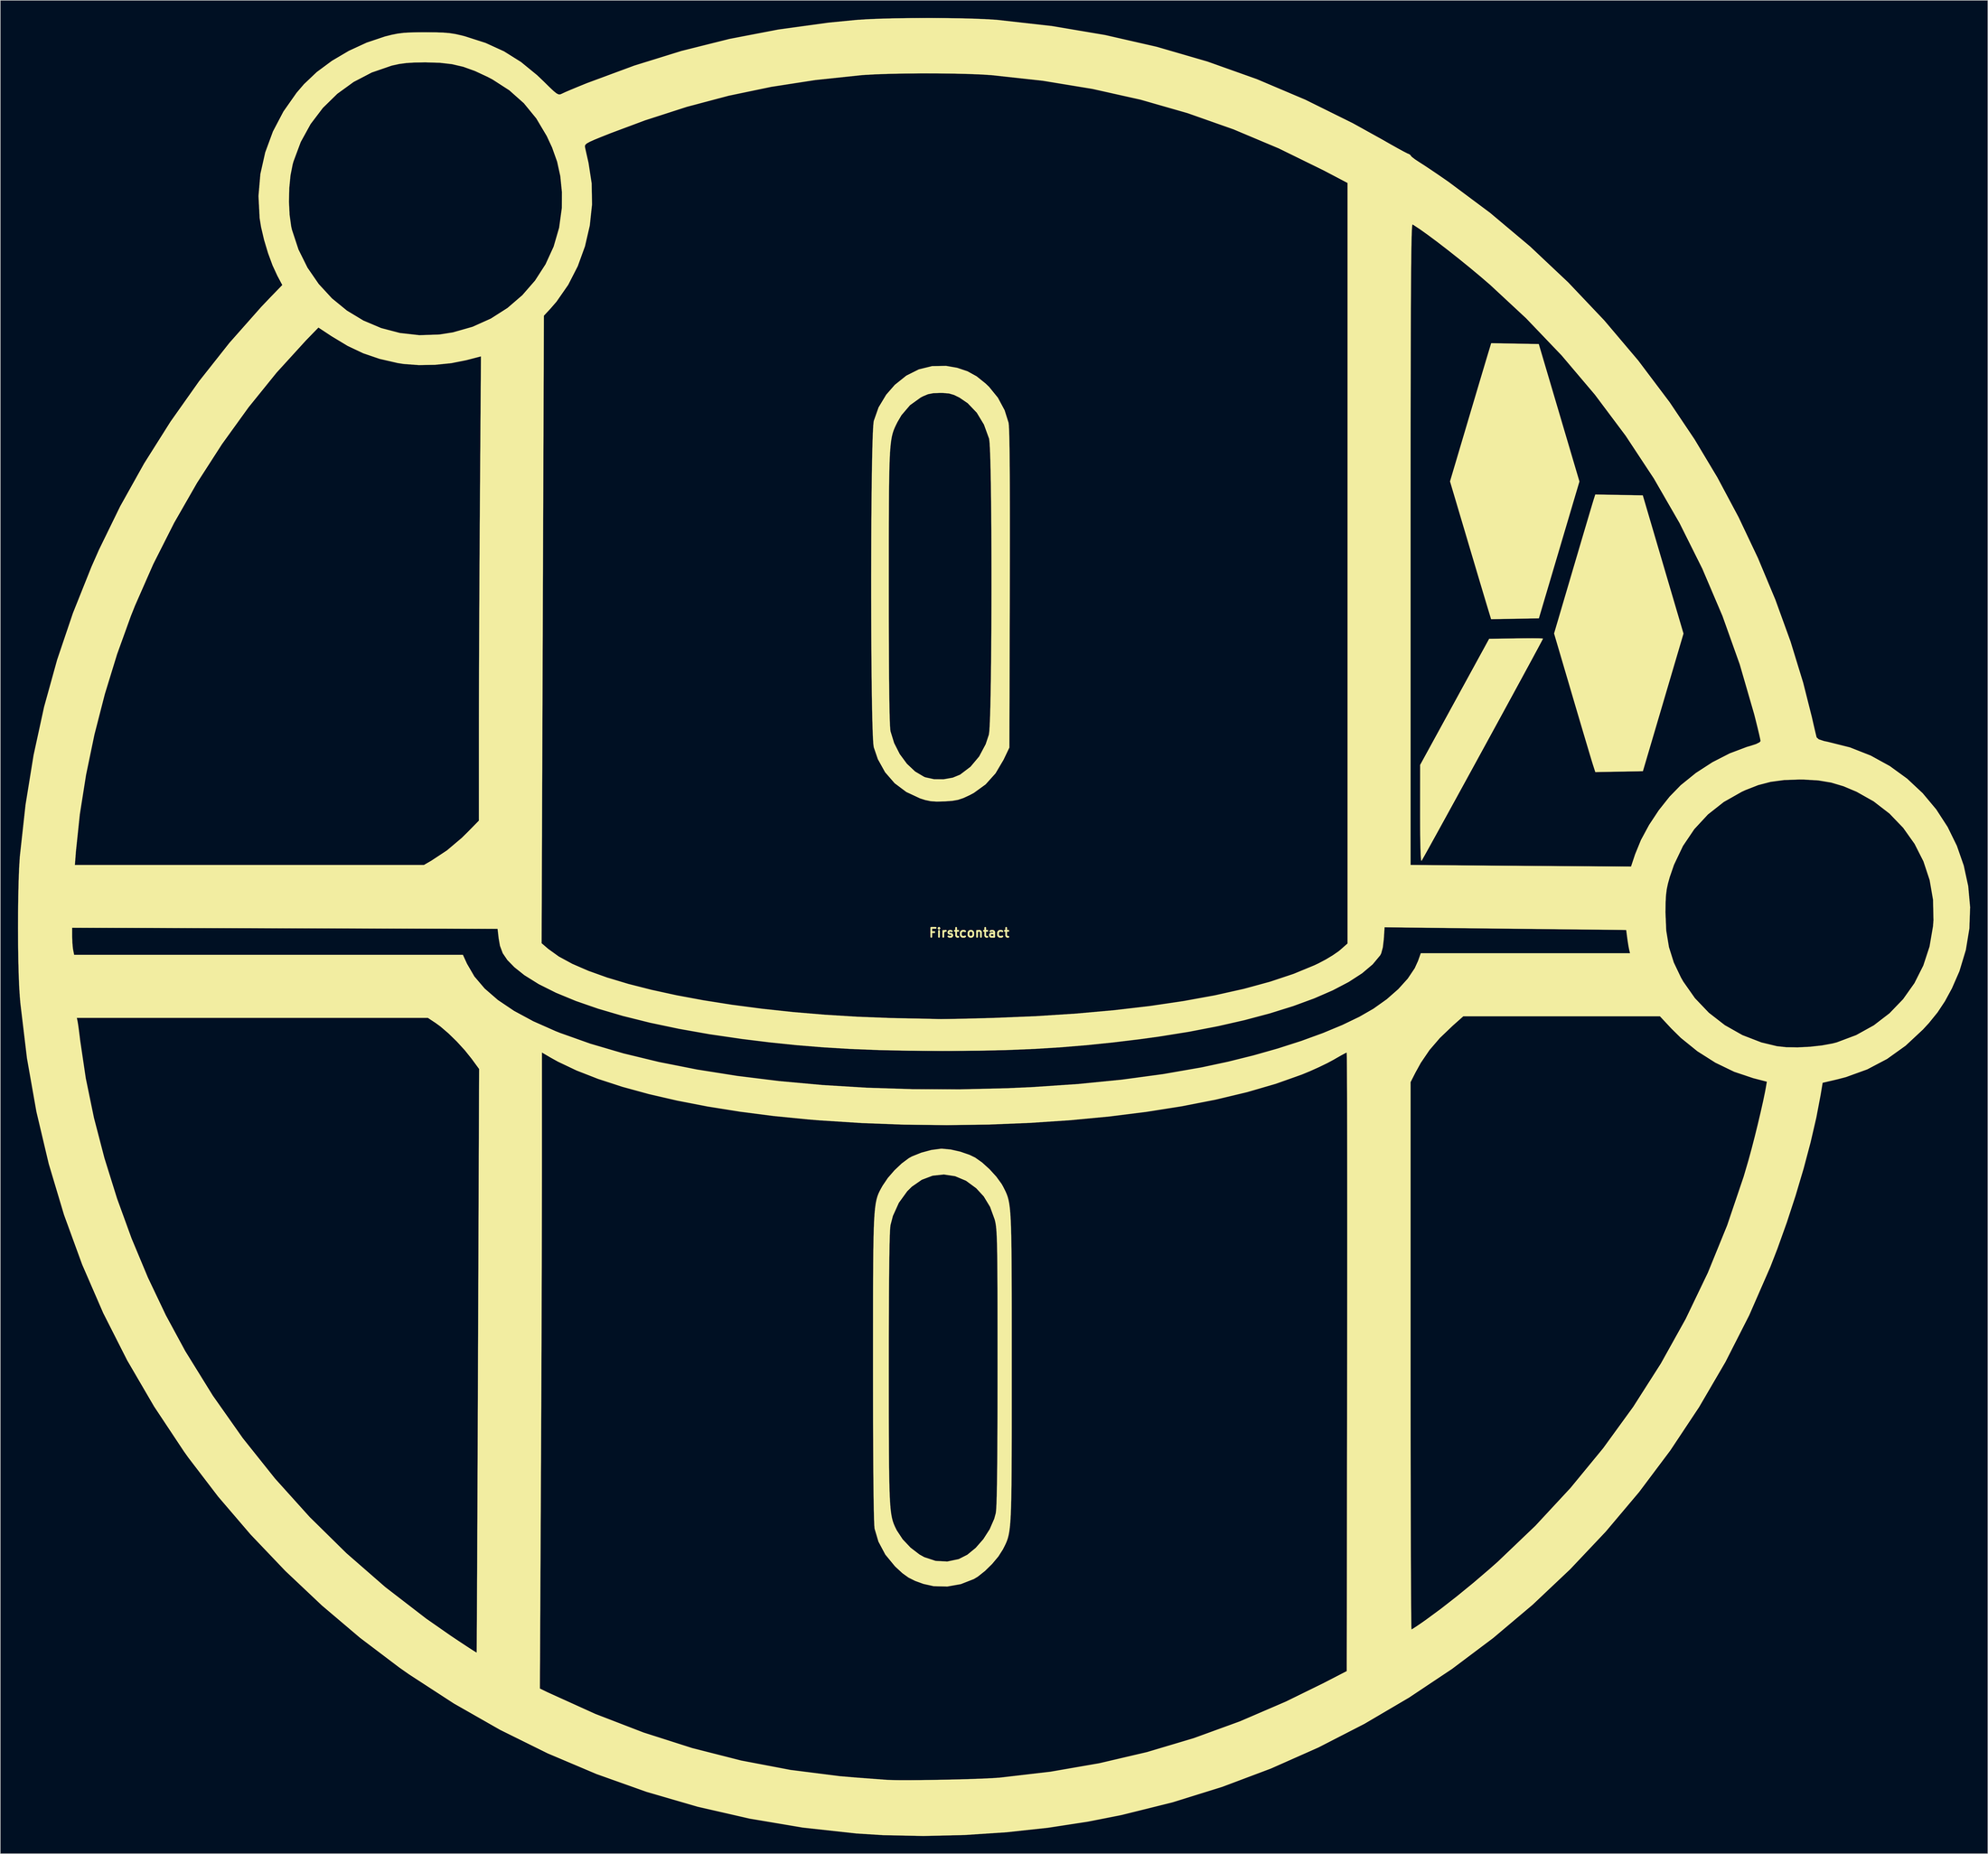
<source format=kicad_pcb>
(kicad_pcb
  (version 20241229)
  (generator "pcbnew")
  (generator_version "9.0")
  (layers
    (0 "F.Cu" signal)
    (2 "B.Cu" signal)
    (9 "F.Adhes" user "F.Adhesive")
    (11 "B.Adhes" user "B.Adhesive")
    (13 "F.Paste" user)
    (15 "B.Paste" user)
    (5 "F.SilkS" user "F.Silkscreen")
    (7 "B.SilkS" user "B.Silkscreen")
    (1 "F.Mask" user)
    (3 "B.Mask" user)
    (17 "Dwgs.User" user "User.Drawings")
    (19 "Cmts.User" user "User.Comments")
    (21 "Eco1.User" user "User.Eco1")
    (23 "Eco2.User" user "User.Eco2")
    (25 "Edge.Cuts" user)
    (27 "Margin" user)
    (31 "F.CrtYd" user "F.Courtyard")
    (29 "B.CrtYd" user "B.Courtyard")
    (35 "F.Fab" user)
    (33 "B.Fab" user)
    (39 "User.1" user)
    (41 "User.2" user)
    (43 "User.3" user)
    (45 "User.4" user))
  (footprint "Firstcontact"
    (layer "F.Cu")
    (at 161.319 155.174)
    (property "Reference" "Firstcontact" (at 0 0 0) (layer "F.SilkS") (effects (font (size 1.524 1.524) (thickness 0.3))))
    (attr through_hole)
    (fp_poly (pts (xy 96.603 -99.862) (xy 100.05 -88.204) (xy 103.496 -76.546) (xy 96.621 -53.34) (xy 92.571 -53.266) (xy 88.52 -53.193) (xy 87.849 -55.405) (xy 87.615 -56.18) (xy 87.252 -57.392) (xy 86.782 -58.965) (xy 86.228 -60.825) (xy 85.611 -62.896) (xy 84.955 -65.103) (xy 84.365 -67.09) (xy 81.552 -76.563) (xy 84.374 -86.073) (xy 85.047 -88.341) (xy 85.7 -90.538) (xy 86.311 -92.591) (xy 86.857 -94.424) (xy 87.316 -95.962) (xy 87.665 -97.129) (xy 87.866 -97.797) (xy 88.535 -100.01) (xy 96.603 -99.862)) (stroke (width 0.01) (type solid)) (fill yes) (layer "F.SilkS"))
    (fp_poly (pts (xy 110.218 -74.268) (xy 114.244 -74.195) (xy 117.694 -62.471) (xy 121.145 -50.747) (xy 117.703 -39.076) (xy 114.261 -27.405) (xy 106.193 -27.258) (xy 105.781 -28.535) (xy 105.616 -29.068) (xy 105.319 -30.052) (xy 104.909 -31.424) (xy 104.404 -33.12) (xy 103.823 -35.078) (xy 103.185 -37.234) (xy 102.509 -39.527) (xy 102.285 -40.289) (xy 99.201 -50.766) (xy 102.415 -61.678) (xy 103.108 -64.029) (xy 103.763 -66.247) (xy 104.362 -68.274) (xy 104.889 -70.051) (xy 105.326 -71.521) (xy 105.655 -72.624) (xy 105.86 -73.303) (xy 105.91 -73.466) (xy 106.191 -74.342) (xy 110.218 -74.268)) (stroke (width 0.01) (type solid)) (fill yes) (layer "F.SilkS"))
    (fp_poly (pts (xy 96.538 -49.95) (xy 97.157 -49.928) (xy 97.322 -49.901) (xy 97.197 -49.648) (xy 96.838 -48.969) (xy 96.269 -47.907) (xy 95.513 -46.506) (xy 94.593 -44.808) (xy 93.533 -42.856) (xy 92.357 -40.693) (xy 91.088 -38.363) (xy 89.749 -35.907) (xy 88.364 -33.37) (xy 86.956 -30.794) (xy 85.55 -28.222) (xy 84.168 -25.697) (xy 82.834 -23.262) (xy 81.571 -20.96) (xy 80.403 -18.834) (xy 79.353 -16.927) (xy 78.445 -15.282) (xy 77.703 -13.942) (xy 77.15 -12.95) (xy 76.809 -12.349) (xy 76.705 -12.179) (xy 76.642 -12.367) (xy 76.587 -13.041) (xy 76.542 -14.151) (xy 76.507 -15.65) (xy 76.485 -17.488) (xy 76.477 -19.616) (xy 76.477 -20.2) (xy 76.486 -28.475) (xy 82.337 -39.169) (xy 88.187 -49.864) (xy 92.755 -49.937) (xy 94.25 -49.955) (xy 95.54 -49.959) (xy 96.538 -49.95)) (stroke (width 0.01) (type solid)) (fill yes) (layer "F.SilkS"))
    (fp_poly (pts (xy -2.044 -95.832) (xy -0.286 -95.241) (xy 1.271 -94.382) (xy 2.794 -93.158) (xy 3.382 -92.592) (xy 4.872 -90.757) (xy 6.009 -88.638) (xy 6.682 -86.505) (xy 6.735 -85.98) (xy 6.781 -84.953) (xy 6.82 -83.419) (xy 6.852 -81.376) (xy 6.876 -78.82) (xy 6.893 -75.747) (xy 6.904 -72.154) (xy 6.906 -68.036) (xy 6.902 -63.391) (xy 6.891 -58.281) (xy 6.818 -31.416) (xy 5.826 -29.34) (xy 4.469 -27.043) (xy 2.789 -25.171) (xy 0.78 -23.715) (xy 0.103 -23.354) (xy -0.98 -22.854) (xy -1.891 -22.548) (xy -2.862 -22.378) (xy -4.125 -22.285) (xy -4.195 -22.282) (xy -5.511 -22.25) (xy -6.523 -22.318) (xy -7.454 -22.514) (xy -8.327 -22.793) (xy -10.653 -23.877) (xy -12.637 -25.364) (xy -14.257 -27.229) (xy -15.487 -29.445) (xy -16.178 -31.467) (xy -16.251 -32.02) (xy -16.318 -33.062) (xy -16.377 -34.547) (xy -16.431 -36.429) (xy -16.477 -38.662) (xy -16.518 -41.201) (xy -16.551 -44) (xy -16.578 -47.012) (xy -16.599 -50.193) (xy -16.613 -53.496) (xy -16.62 -56.876) (xy -16.62 -58.767) (xy -13.632 -58.767) (xy -13.63 -54.054) (xy -13.621 -49.866) (xy -13.606 -46.193) (xy -13.585 -43.025) (xy -13.557 -40.352) (xy -13.522 -38.166) (xy -13.48 -36.455) (xy -13.432 -35.211) (xy -13.376 -34.422) (xy -13.34 -34.169) (xy -12.726 -32.175) (xy -11.778 -30.31) (xy -10.569 -28.67) (xy -9.174 -27.355) (xy -7.666 -26.46) (xy -7.424 -26.364) (xy -5.971 -26.046) (xy -4.351 -26.032) (xy -2.779 -26.308) (xy -1.542 -26.815) (xy 0.229 -28.156) (xy 1.692 -29.899) (xy 2.802 -31.98) (xy 3.343 -33.603) (xy 3.417 -34.155) (xy 3.483 -35.193) (xy 3.543 -36.668) (xy 3.597 -38.532) (xy 3.643 -40.738) (xy 3.683 -43.236) (xy 3.717 -45.979) (xy 3.743 -48.919) (xy 3.763 -52.007) (xy 3.776 -55.196) (xy 3.783 -58.437) (xy 3.782 -61.681) (xy 3.774 -64.882) (xy 3.76 -67.99) (xy 3.739 -70.958) (xy 3.71 -73.738) (xy 3.675 -76.28) (xy 3.632 -78.538) (xy 3.582 -80.463) (xy 3.526 -82.006) (xy 3.462 -83.121) (xy 3.391 -83.757) (xy 3.377 -83.82) (xy 2.507 -86.206) (xy 1.292 -88.218) (xy -0.248 -89.829) (xy -1.643 -90.779) (xy -2.564 -91.232) (xy -3.395 -91.474) (xy -4.392 -91.563) (xy -4.946 -91.57) (xy -6.098 -91.528) (xy -6.972 -91.36) (xy -7.821 -91.007) (xy -8.236 -90.786) (xy -10.032 -89.495) (xy -11.483 -87.796) (xy -12.158 -86.642) (xy -12.406 -86.149) (xy -12.624 -85.686) (xy -12.815 -85.217) (xy -12.98 -84.706) (xy -13.121 -84.119) (xy -13.239 -83.418) (xy -13.338 -82.569) (xy -13.419 -81.537) (xy -13.483 -80.284) (xy -13.532 -78.777) (xy -13.569 -76.978) (xy -13.596 -74.854) (xy -13.613 -72.367) (xy -13.624 -69.483) (xy -13.629 -66.165) (xy -13.631 -62.378) (xy -13.632 -58.767) (xy -16.62 -58.767) (xy -16.621 -60.286) (xy -16.615 -63.681) (xy -16.603 -67.015) (xy -16.584 -70.242) (xy -16.558 -73.316) (xy -16.526 -76.192) (xy -16.488 -78.824) (xy -16.442 -81.165) (xy -16.391 -83.171) (xy -16.333 -84.795) (xy -16.268 -85.991) (xy -16.197 -86.714) (xy -16.176 -86.825) (xy -15.366 -89.119) (xy -14.071 -91.27) (xy -12.612 -92.939) (xy -10.663 -94.501) (xy -8.542 -95.564) (xy -6.281 -96.12) (xy -3.915 -96.159) (xy -2.044 -95.832)) (stroke (width 0.01) (type solid)) (fill yes) (layer "F.SilkS"))
    (fp_poly (pts (xy -3.131 36.769) (xy -1.496 37.14) (xy 0.062 37.676) (xy 1.016 38.139) (xy 2.203 38.979) (xy 3.447 40.108) (xy 4.594 41.364) (xy 5.489 42.589) (xy 5.747 43.044) (xy 5.983 43.508) (xy 6.192 43.935) (xy 6.376 44.36) (xy 6.537 44.815) (xy 6.676 45.333) (xy 6.794 45.949) (xy 6.894 46.695) (xy 6.977 47.604) (xy 7.045 48.71) (xy 7.098 50.046) (xy 7.14 51.646) (xy 7.17 53.541) (xy 7.192 55.766) (xy 7.206 58.355) (xy 7.214 61.339) (xy 7.218 64.753) (xy 7.219 68.629) (xy 7.219 73.001) (xy 7.219 73.794) (xy 7.219 78.253) (xy 7.218 82.211) (xy 7.215 85.7) (xy 7.208 88.755) (xy 7.195 91.408) (xy 7.175 93.692) (xy 7.146 95.642) (xy 7.106 97.29) (xy 7.054 98.669) (xy 6.989 99.813) (xy 6.908 100.756) (xy 6.809 101.529) (xy 6.693 102.168) (xy 6.556 102.704) (xy 6.397 103.171) (xy 6.215 103.603) (xy 6.007 104.033) (xy 5.773 104.493) (xy 5.72 104.598) (xy 4.96 105.791) (xy 3.898 107.061) (xy 2.684 108.254) (xy 1.469 109.218) (xy 0.79 109.628) (xy -1.419 110.49) (xy -3.726 110.898) (xy -6.014 110.842) (xy -7.754 110.455) (xy -9.165 109.945) (xy -10.286 109.382) (xy -11.309 108.647) (xy -12.429 107.618) (xy -12.607 107.441) (xy -14.219 105.48) (xy -15.386 103.287) (xy -16.037 101.094) (xy -16.086 100.556) (xy -16.131 99.496) (xy -16.171 97.93) (xy -16.206 95.871) (xy -16.237 93.333) (xy -16.261 90.331) (xy -16.281 86.878) (xy -16.295 82.989) (xy -16.303 78.677) (xy -16.306 74.043) (xy -13.632 74.043) (xy -13.631 78.233) (xy -13.628 81.924) (xy -13.621 85.152) (xy -13.609 87.952) (xy -13.59 90.359) (xy -13.561 92.41) (xy -13.522 94.139) (xy -13.471 95.584) (xy -13.405 96.778) (xy -13.324 97.759) (xy -13.224 98.56) (xy -13.105 99.219) (xy -12.965 99.771) (xy -12.801 100.251) (xy -12.613 100.695) (xy -12.398 101.138) (xy -12.275 101.379) (xy -11.284 102.883) (xy -9.947 104.301) (xy -8.441 105.459) (xy -7.62 105.917) (xy -5.692 106.553) (xy -3.716 106.658) (xy -1.767 106.247) (xy -0.309 105.506) (xy 1.109 104.343) (xy 2.402 102.865) (xy 3.479 101.184) (xy 4.254 99.409) (xy 4.516 98.445) (xy 4.576 97.924) (xy 4.629 96.959) (xy 4.674 95.539) (xy 4.714 93.654) (xy 4.746 91.294) (xy 4.772 88.448) (xy 4.791 85.105) (xy 4.804 81.255) (xy 4.811 76.889) (xy 4.813 73.708) (xy 4.812 69.621) (xy 4.81 66.033) (xy 4.806 62.909) (xy 4.798 60.213) (xy 4.787 57.909) (xy 4.772 55.962) (xy 4.752 54.337) (xy 4.726 52.997) (xy 4.694 51.907) (xy 4.654 51.032) (xy 4.607 50.336) (xy 4.551 49.784) (xy 4.486 49.339) (xy 4.411 48.967) (xy 4.326 48.631) (xy 4.323 48.622) (xy 3.548 46.496) (xy 2.473 44.725) (xy 1.202 43.341) (xy -0.532 42.067) (xy -2.388 41.289) (xy -4.301 41.003) (xy -6.205 41.207) (xy -8.036 41.898) (xy -9.729 43.073) (xy -10.511 43.849) (xy -11.928 45.808) (xy -12.936 48.032) (xy -13.348 49.611) (xy -13.409 50.223) (xy -13.462 51.368) (xy -13.508 53.044) (xy -13.546 55.25) (xy -13.578 57.984) (xy -13.602 61.244) (xy -13.619 65.029) (xy -13.629 69.336) (xy -13.632 74.043) (xy -16.306 74.043) (xy -16.306 73.956) (xy -16.306 73.69) (xy -16.305 69.225) (xy -16.303 65.261) (xy -16.299 61.766) (xy -16.29 58.705) (xy -16.275 56.047) (xy -16.251 53.757) (xy -16.218 51.803) (xy -16.174 50.151) (xy -16.116 48.767) (xy -16.042 47.62) (xy -15.952 46.675) (xy -15.844 45.9) (xy -15.714 45.261) (xy -15.563 44.724) (xy -15.388 44.258) (xy -15.186 43.828) (xy -14.958 43.401) (xy -14.7 42.944) (xy -14.666 42.885) (xy -13.795 41.597) (xy -12.669 40.297) (xy -11.431 39.127) (xy -10.222 38.228) (xy -9.712 37.944) (xy -8.117 37.305) (xy -6.42 36.85) (xy -4.864 36.64) (xy -4.584 36.633) (xy -3.131 36.769)) (stroke (width 0.01) (type solid)) (fill yes) (layer "F.SilkS"))
    (fp_poly (pts (xy -4.153 -155.154) (xy -1.436 -155.114) (xy 1.058 -155.047) (xy 3.223 -154.953) (xy 4.813 -154.845) (xy 14.041 -153.804) (xy 23.038 -152.283) (xy 31.819 -150.277) (xy 40.397 -147.783) (xy 48.787 -144.796) (xy 57.002 -141.311) (xy 65.056 -137.325) (xy 70.119 -134.517) (xy 71.478 -133.739) (xy 72.685 -133.063) (xy 73.66 -132.533) (xy 74.325 -132.192) (xy 74.598 -132.08) (xy 74.856 -131.904) (xy 74.863 -131.851) (xy 75.074 -131.605) (xy 75.628 -131.181) (xy 76.404 -130.67) (xy 76.415 -130.663) (xy 77.208 -130.155) (xy 78.307 -129.424) (xy 79.584 -128.558) (xy 80.91 -127.644) (xy 81.295 -127.375) (xy 88.342 -122.12) (xy 95.12 -116.423) (xy 101.593 -110.322) (xy 107.721 -103.859) (xy 113.466 -97.071) (xy 118.792 -90) (xy 123.029 -83.686) (xy 126.892 -77.233) (xy 130.487 -70.492) (xy 133.777 -63.551) (xy 136.725 -56.497) (xy 139.293 -49.42) (xy 141.445 -42.407) (xy 142.904 -36.629) (xy 143.189 -35.381) (xy 143.441 -34.299) (xy 143.63 -33.505) (xy 143.726 -33.132) (xy 144.093 -32.808) (xy 144.991 -32.515) (xy 145.603 -32.387) (xy 149.38 -31.438) (xy 152.898 -30.053) (xy 156.139 -28.272) (xy 159.084 -26.131) (xy 161.712 -23.67) (xy 164.005 -20.928) (xy 165.942 -17.943) (xy 167.506 -14.752) (xy 168.676 -11.396) (xy 169.432 -7.912) (xy 169.756 -4.339) (xy 169.628 -0.716) (xy 169.029 2.92) (xy 167.939 6.529) (xy 166.669 9.434) (xy 165.483 11.617) (xy 164.237 13.5) (xy 162.776 15.304) (xy 161.758 16.411) (xy 158.82 19.15) (xy 155.681 21.398) (xy 152.317 23.17) (xy 148.704 24.48) (xy 147.142 24.887) (xy 144.743 25.447) (xy 144.404 27.496) (xy 143.672 31.349) (xy 142.699 35.55) (xy 141.521 39.988) (xy 140.167 44.55) (xy 138.673 49.125) (xy 137.07 53.599) (xy 135.873 56.682) (xy 132.289 64.886) (xy 128.253 72.821) (xy 123.784 80.474) (xy 118.9 87.828) (xy 113.618 94.871) (xy 107.957 101.586) (xy 101.935 107.959) (xy 95.57 113.976) (xy 88.879 119.622) (xy 81.882 124.881) (xy 74.596 129.74) (xy 67.04 134.184) (xy 59.23 138.197) (xy 51.186 141.766) (xy 42.926 144.875) (xy 34.467 147.51) (xy 25.828 149.657) (xy 20.133 150.781) (xy 13.316 151.825) (xy 6.304 152.584) (xy -0.77 153.049) (xy -7.772 153.214) (xy -14.57 153.072) (xy -19.117 152.788) (xy -28.236 151.786) (xy -37.218 150.272) (xy -46.048 148.251) (xy -54.711 145.73) (xy -63.192 142.712) (xy -71.476 139.204) (xy -79.549 135.21) (xy -87.396 130.737) (xy -91.292 128.203) (xy -72.807 128.203) (xy -71.496 128.843) (xy -63.409 132.51) (xy -55.234 135.664) (xy -46.985 138.301) (xy -38.677 140.417) (xy -30.325 142.008) (xy -21.943 143.07) (xy -19.251 143.297) (xy -17.736 143.41) (xy -16.293 143.518) (xy -15.063 143.609) (xy -14.187 143.675) (xy -14.037 143.686) (xy -13.128 143.725) (xy -11.776 143.744) (xy -10.075 143.745) (xy -8.116 143.731) (xy -5.992 143.702) (xy -3.794 143.66) (xy -1.616 143.608) (xy 0.451 143.547) (xy 2.315 143.479) (xy 3.883 143.405) (xy 5.063 143.327) (xy 5.214 143.314) (xy 13.772 142.316) (xy 22.066 140.878) (xy 30.151 138.986) (xy 38.081 136.622) (xy 45.913 133.772) (xy 53.7 130.42) (xy 60.024 127.318) (xy 64.035 125.246) (xy 64.102 72.783) (xy 64.108 67.528) (xy 64.113 62.417) (xy 64.116 57.477) (xy 64.117 52.732) (xy 64.117 48.208) (xy 64.115 43.93) (xy 64.112 39.925) (xy 64.108 36.217) (xy 64.102 32.833) (xy 64.095 29.797) (xy 64.087 27.136) (xy 64.079 25.332) (xy 74.863 25.332) (xy 74.863 71.755) (xy 74.864 76.694) (xy 74.867 81.487) (xy 74.871 86.107) (xy 74.876 90.526) (xy 74.883 94.719) (xy 74.891 98.656) (xy 74.901 102.312) (xy 74.912 105.658) (xy 74.923 108.669) (xy 74.936 111.316) (xy 74.949 113.573) (xy 74.964 115.412) (xy 74.979 116.806) (xy 74.994 117.728) (xy 75.01 118.151) (xy 75.015 118.177) (xy 75.283 118.031) (xy 75.887 117.638) (xy 76.732 117.061) (xy 77.488 116.53) (xy 79.989 114.688) (xy 82.714 112.562) (xy 85.526 110.262) (xy 88.289 107.898) (xy 89.675 106.669) (xy 96.029 100.596) (xy 101.981 94.183) (xy 107.519 87.447) (xy 112.629 80.409) (xy 117.301 73.088) (xy 121.521 65.505) (xy 125.279 57.677) (xy 128.56 49.626) (xy 131.354 41.37) (xy 132.196 38.501) (xy 132.699 36.657) (xy 133.227 34.612) (xy 133.75 32.494) (xy 134.238 30.43) (xy 134.661 28.547) (xy 134.987 26.972) (xy 135.129 26.2) (xy 135.288 25.262) (xy 132.976 24.664) (xy 129.754 23.584) (xy 126.562 22.041) (xy 123.508 20.102) (xy 120.702 17.834) (xy 119.071 16.223) (xy 117.158 14.171) (xy 83.799 14.171) (xy 81.987 15.78) (xy 79.825 17.851) (xy 78.065 19.899) (xy 76.597 22.061) (xy 75.686 23.713) (xy 74.863 25.332) (xy 64.079 25.332) (xy 64.078 24.875) (xy 64.067 23.039) (xy 64.055 21.654) (xy 64.042 20.746) (xy 64.028 20.34) (xy 64.024 20.32) (xy 63.744 20.446) (xy 63.116 20.785) (xy 62.255 21.274) (xy 61.818 21.528) (xy 60.734 22.11) (xy 59.333 22.789) (xy 57.802 23.477) (xy 56.415 24.051) (xy 51.994 25.621) (xy 47.101 27.043) (xy 41.781 28.313) (xy 36.075 29.428) (xy 30.029 30.384) (xy 23.684 31.177) (xy 17.085 31.802) (xy 10.275 32.255) (xy 3.298 32.534) (xy -3.804 32.633) (xy -10.986 32.55) (xy -18.205 32.279) (xy -25.418 31.817) (xy -27.272 31.666) (xy -33.181 31.081) (xy -38.881 30.348) (xy -44.334 29.477) (xy -49.503 28.477) (xy -54.35 27.357) (xy -58.835 26.127) (xy -62.922 24.795) (xy -66.573 23.37) (xy -69.749 21.862) (xy -71.053 21.136) (xy -72.457 20.309) (xy -72.457 38.986) (xy -72.458 41.702) (xy -72.463 44.896) (xy -72.47 48.509) (xy -72.479 52.484) (xy -72.491 56.764) (xy -72.504 61.291) (xy -72.52 66.008) (xy -72.537 70.857) (xy -72.556 75.78) (xy -72.576 80.721) (xy -72.597 85.621) (xy -72.62 90.423) (xy -72.632 92.933) (xy -72.807 128.203) (xy -91.292 128.203) (xy -95.002 125.79) (xy -96.654 124.63) (xy -103.303 119.597) (xy -109.765 114.117) (xy -115.972 108.255) (xy -121.862 102.077) (xy -127.368 95.646) (xy -132.427 89.028) (xy -133.184 87.964) (xy -138.237 80.348) (xy -142.796 72.529) (xy -146.861 64.506) (xy -150.432 56.278) (xy -153.51 47.845) (xy -156.096 39.204) (xy -158.19 30.354) (xy -159.791 21.295) (xy -160.613 14.438) (xy -151.341 14.438) (xy -151.212 15.039) (xy -151.125 15.563) (xy -151 16.464) (xy -150.857 17.588) (xy -150.787 18.181) (xy -149.821 24.694) (xy -148.435 31.408) (xy -146.658 38.233) (xy -144.52 45.083) (xy -142.051 51.868) (xy -139.28 58.501) (xy -136.238 64.893) (xy -132.954 70.957) (xy -132.941 70.98) (xy -128.277 78.516) (xy -123.198 85.727) (xy -117.718 92.596) (xy -111.854 99.108) (xy -105.619 105.247) (xy -99.028 110.996) (xy -92.097 116.339) (xy -87.899 119.266) (xy -86.566 120.156) (xy -85.395 120.93) (xy -84.455 121.543) (xy -83.813 121.951) (xy -83.537 122.11) (xy -83.532 122.11) (xy -83.527 121.841) (xy -83.519 121.064) (xy -83.51 119.805) (xy -83.5 118.09) (xy -83.488 115.945) (xy -83.474 113.398) (xy -83.46 110.474) (xy -83.444 107.2) (xy -83.428 103.602) (xy -83.41 99.707) (xy -83.392 95.54) (xy -83.374 91.129) (xy -83.355 86.499) (xy -83.335 81.677) (xy -83.316 76.689) (xy -83.3 72.58) (xy -83.112 23.106) (xy -84.377 21.379) (xy -85.532 19.936) (xy -86.89 18.451) (xy -88.318 17.059) (xy -89.681 15.892) (xy -90.483 15.307) (xy -91.799 14.438) (xy -151.341 14.438) (xy -160.613 14.438) (xy -160.902 12.025) (xy -160.996 10.962) (xy -161.109 9.263) (xy -161.197 7.134) (xy -161.261 4.682) (xy -161.3 2.011) (xy -161.314 -0.773) (xy -161.314 -0.849) (xy -152.133 -0.849) (xy -152.133 0.612) (xy -152.101 1.619) (xy -152.021 2.546) (xy -151.966 2.908) (xy -151.798 3.743) (xy -85.864 3.743) (xy -85.165 5.27) (xy -83.914 7.42) (xy -82.173 9.463) (xy -79.934 11.406) (xy -77.191 13.253) (xy -73.935 15.012) (xy -70.159 16.687) (xy -69.381 16.997) (xy -64.231 18.827) (xy -58.616 20.475) (xy -52.575 21.936) (xy -46.145 23.206) (xy -39.367 24.281) (xy -32.278 25.156) (xy -24.918 25.826) (xy -17.325 26.287) (xy -9.538 26.535) (xy -1.597 26.565) (xy 6.461 26.373) (xy 10.695 26.183) (xy 18.45 25.662) (xy 25.869 24.924) (xy 32.899 23.976) (xy 39.437 22.834) (xy 43.87 21.884) (xy 48.203 20.808) (xy 52.372 19.625) (xy 56.316 18.357) (xy 59.974 17.025) (xy 63.281 15.651) (xy 66.178 14.256) (xy 68.554 12.891) (xy 70.817 11.284) (xy 72.779 9.561) (xy 74.382 7.786) (xy 75.566 6.021) (xy 76.128 4.785) (xy 76.593 3.476) (xy 112.085 3.476) (xy 111.938 2.874) (xy 111.816 2.257) (xy 111.676 1.371) (xy 111.611 0.901) (xy 111.432 -0.471) (xy 94.284 -0.66) (xy 91.192 -0.694) (xy 88.173 -0.728) (xy 85.283 -0.76) (xy 82.58 -0.791) (xy 80.12 -0.819) (xy 77.961 -0.843) (xy 76.16 -0.864) (xy 74.773 -0.88) (xy 73.858 -0.892) (xy 73.794 -0.892) (xy 70.452 -0.936) (xy 70.318 1.083) (xy 70.153 2.476) (xy 69.88 3.491) (xy 69.715 3.816) (xy 68.433 5.357) (xy 66.643 6.869) (xy 64.372 8.342) (xy 61.648 9.768) (xy 58.497 11.136) (xy 54.947 12.438) (xy 51.024 13.664) (xy 46.755 14.805) (xy 42.166 15.85) (xy 37.286 16.792) (xy 32.141 17.619) (xy 29.02 18.047) (xy 24.347 18.611) (xy 19.882 19.071) (xy 15.506 19.433) (xy 11.101 19.704) (xy 6.547 19.893) (xy 1.725 20.005) (xy -3.484 20.048) (xy -4.642 20.049) (xy -10.192 20.012) (xy -15.323 19.901) (xy -20.148 19.71) (xy -24.778 19.431) (xy -29.324 19.059) (xy -33.9 18.585) (xy -38.501 18.02) (xy -44.02 17.214) (xy -49.249 16.288) (xy -54.161 15.251) (xy -58.73 14.112) (xy -62.926 12.88) (xy -66.723 11.563) (xy -70.093 10.169) (xy -73.009 8.708) (xy -75.443 7.188) (xy -77.13 5.841) (xy -78.315 4.63) (xy -79.1 3.474) (xy -79.573 2.21) (xy -79.649 1.779) (xy -72.516 1.779) (xy -71.383 2.749) (xy -69.6 4.033) (xy -67.316 5.275) (xy -64.568 6.467) (xy -61.388 7.604) (xy -57.81 8.679) (xy -53.868 9.684) (xy -49.597 10.615) (xy -45.031 11.463) (xy -40.203 12.223) (xy -35.147 12.887) (xy -29.898 13.45) (xy -24.489 13.904) (xy -18.954 14.244) (xy -13.328 14.462) (xy -10.561 14.522) (xy -9.039 14.549) (xy -7.605 14.578) (xy -6.394 14.607) (xy -5.537 14.632) (xy -5.347 14.639) (xy -4.784 14.644) (xy -3.762 14.633) (xy -2.358 14.609) (xy -0.65 14.572) (xy 1.287 14.523) (xy 3.377 14.466) (xy 4.278 14.44) (xy 11.337 14.151) (xy 18.099 13.717) (xy 24.54 13.142) (xy 30.634 12.43) (xy 36.357 11.586) (xy 41.685 10.613) (xy 46.593 9.516) (xy 51.056 8.298) (xy 55.049 6.965) (xy 58.549 5.519) (xy 59.265 5.18) (xy 60.478 4.539) (xy 61.658 3.829) (xy 62.621 3.166) (xy 62.941 2.906) (xy 64.168 1.826) (xy 64.168 -3.476) (xy 118.084 -3.476) (xy 118.218 -0.363) (xy 118.678 2.433) (xy 119.499 5.042) (xy 120.714 7.594) (xy 121.112 8.288) (xy 123.089 11.103) (xy 125.454 13.578) (xy 128.156 15.678) (xy 131.143 17.367) (xy 134.364 18.61) (xy 136.998 19.245) (xy 138.588 19.416) (xy 140.508 19.444) (xy 142.576 19.341) (xy 144.609 19.117) (xy 146.425 18.785) (xy 147.135 18.6) (xy 150.429 17.365) (xy 153.423 15.707) (xy 156.088 13.661) (xy 158.396 11.264) (xy 160.316 8.554) (xy 161.821 5.566) (xy 162.881 2.338) (xy 163.467 -1.095) (xy 163.545 -2.139) (xy 163.472 -5.599) (xy 162.896 -8.939) (xy 161.843 -12.114) (xy 160.339 -15.081) (xy 158.411 -17.796) (xy 156.085 -20.216) (xy 153.388 -22.296) (xy 150.505 -23.918) (xy 148.31 -24.845) (xy 146.203 -25.474) (xy 144.003 -25.842) (xy 141.529 -25.989) (xy 140.769 -25.996) (xy 138.187 -25.903) (xy 135.929 -25.6) (xy 133.815 -25.048) (xy 131.663 -24.208) (xy 131.034 -23.918) (xy 127.981 -22.189) (xy 125.294 -20.072) (xy 122.982 -17.58) (xy 121.058 -14.728) (xy 119.533 -11.528) (xy 118.811 -9.437) (xy 118.506 -8.344) (xy 118.3 -7.367) (xy 118.174 -6.343) (xy 118.109 -5.112) (xy 118.084 -3.512) (xy 118.084 -3.476) (xy 64.168 -3.476) (xy 64.168 -65.926) (xy 74.863 -65.926) (xy 74.863 -11.504) (xy 83.486 -11.43) (xy 85.946 -11.409) (xy 88.791 -11.387) (xy 91.875 -11.364) (xy 95.047 -11.341) (xy 98.16 -11.319) (xy 101.065 -11.3) (xy 102.18 -11.292) (xy 112.251 -11.229) (xy 112.946 -13.316) (xy 113.942 -15.75) (xy 115.313 -18.288) (xy 116.959 -20.78) (xy 118.782 -23.077) (xy 120.685 -25.032) (xy 120.686 -25.033) (xy 123.25 -27.106) (xy 126.065 -28.931) (xy 128.995 -30.43) (xy 131.9 -31.525) (xy 132.521 -31.704) (xy 133.458 -32.009) (xy 134.055 -32.311) (xy 134.219 -32.519) (xy 134.155 -32.888) (xy 133.978 -33.679) (xy 133.711 -34.795) (xy 133.376 -36.142) (xy 133.135 -37.092) (xy 130.697 -45.504) (xy 127.765 -53.727) (xy 124.351 -61.738) (xy 120.468 -69.519) (xy 116.128 -77.048) (xy 111.343 -84.305) (xy 106.127 -91.27) (xy 100.491 -97.922) (xy 94.449 -104.242) (xy 88.365 -109.898) (xy 86.706 -111.326) (xy 84.906 -112.827) (xy 83.039 -114.341) (xy 81.182 -115.809) (xy 79.411 -117.174) (xy 77.8 -118.375) (xy 76.426 -119.354) (xy 75.364 -120.052) (xy 75.197 -120.152) (xy 75.157 -120.082) (xy 75.12 -119.812) (xy 75.086 -119.323) (xy 75.055 -118.597) (xy 75.026 -117.615) (xy 75.001 -116.359) (xy 74.978 -114.81) (xy 74.957 -112.95) (xy 74.939 -110.76) (xy 74.923 -108.222) (xy 74.91 -105.317) (xy 74.898 -102.027) (xy 74.888 -98.334) (xy 74.88 -94.219) (xy 74.874 -89.664) (xy 74.869 -84.649) (xy 74.866 -79.158) (xy 74.864 -73.17) (xy 74.863 -66.668) (xy 74.863 -65.926) (xy 64.168 -65.926) (xy 64.168 -127.19) (xy 60.091 -129.333) (xy 52.508 -133.052) (xy 44.838 -136.281) (xy 37.041 -139.031) (xy 29.074 -141.315) (xy 20.899 -143.143) (xy 12.473 -144.528) (xy 3.877 -145.471) (xy 2.089 -145.587) (xy -0.118 -145.675) (xy -2.632 -145.735) (xy -5.338 -145.767) (xy -8.122 -145.772) (xy -10.87 -145.749) (xy -13.468 -145.698) (xy -15.802 -145.619) (xy -17.759 -145.512) (xy -18.315 -145.47) (xy -26.103 -144.647) (xy -33.558 -143.494) (xy -40.785 -141.987) (xy -47.89 -140.101) (xy -54.978 -137.811) (xy -60.784 -135.643) (xy -62.38 -135.009) (xy -63.543 -134.533) (xy -64.339 -134.177) (xy -64.832 -133.905) (xy -65.087 -133.679) (xy -65.171 -133.463) (xy -65.149 -133.218) (xy -65.139 -133.172) (xy -65.005 -132.563) (xy -64.796 -131.636) (xy -64.563 -130.609) (xy -64.026 -127.126) (xy -63.96 -123.552) (xy -64.345 -119.967) (xy -65.16 -116.447) (xy -66.385 -113.071) (xy -68 -109.916) (xy -69.984 -107.061) (xy -71.007 -105.878) (xy -72.124 -104.675) (xy -72.516 1.779) (xy -79.649 1.779) (xy -79.796 0.936) (xy -79.98 -0.668) (xy -152.133 -0.849) (xy -161.314 -0.849) (xy -161.304 -3.566) (xy -161.269 -6.262) (xy -161.21 -8.756) (xy -161.126 -10.944) (xy -161.093 -11.497) (xy -151.671 -11.497) (xy -92.471 -11.497) (xy -91.22 -12.219) (xy -88.563 -13.97) (xy -86.059 -16.086) (xy -85.09 -17.039) (xy -83.152 -19.016) (xy -83.151 -33.772) (xy -83.149 -36.372) (xy -83.143 -39.433) (xy -83.133 -42.881) (xy -83.119 -46.642) (xy -83.103 -50.642) (xy -83.083 -54.807) (xy -83.061 -59.063) (xy -83.038 -63.337) (xy -83.012 -67.555) (xy -82.985 -71.641) (xy -82.974 -73.151) (xy -82.797 -97.775) (xy -85.314 -97.121) (xy -87.827 -96.621) (xy -90.566 -96.343) (xy -93.326 -96.294) (xy -95.906 -96.483) (xy -96.921 -96.641) (xy -99.989 -97.349) (xy -102.761 -98.295) (xy -105.422 -99.556) (xy -108.157 -101.206) (xy -108.188 -101.226) (xy -110.364 -102.664) (xy -112.502 -100.461) (xy -117.455 -95.024) (xy -122.208 -89.143) (xy -126.72 -82.887) (xy -130.947 -76.324) (xy -134.845 -69.521) (xy -138.371 -62.546) (xy -141.483 -55.468) (xy -142.171 -53.741) (xy -144.52 -47.235) (xy -146.588 -40.5) (xy -148.348 -33.652) (xy -149.773 -26.803) (xy -150.836 -20.07) (xy -151.491 -13.836) (xy -151.671 -11.497) (xy -161.093 -11.497) (xy -161.018 -12.72) (xy -160.998 -12.967) (xy -160.036 -21.7) (xy -158.671 -30.128) (xy -156.888 -38.315) (xy -154.668 -46.326) (xy -151.996 -54.227) (xy -148.855 -62.083) (xy -147.583 -64.964) (xy -143.985 -72.336) (xy -139.923 -79.607) (xy -135.448 -86.701) (xy -130.611 -93.543) (xy -125.462 -100.058) (xy -120.054 -106.17) (xy -118.619 -107.676) (xy -116.491 -109.875) (xy -117.327 -111.444) (xy -118.136 -113.195) (xy -118.905 -115.284) (xy -119.575 -117.519) (xy -120.087 -119.704) (xy -120.333 -121.218) (xy -120.479 -124.012) (xy -115.366 -124.012) (xy -115.257 -121.788) (xy -114.986 -119.821) (xy -114.856 -119.246) (xy -113.748 -115.888) (xy -112.221 -112.812) (xy -110.315 -110.044) (xy -108.072 -107.61) (xy -105.533 -105.535) (xy -102.738 -103.847) (xy -99.729 -102.572) (xy -96.548 -101.735) (xy -93.234 -101.363) (xy -89.828 -101.481) (xy -87.563 -101.839) (xy -84.21 -102.793) (xy -81.108 -104.189) (xy -78.29 -105.988) (xy -75.785 -108.147) (xy -73.627 -110.627) (xy -71.846 -113.388) (xy -70.473 -116.388) (xy -69.541 -119.588) (xy -69.08 -122.947) (xy -69.069 -125.663) (xy -69.34 -128.353) (xy -69.878 -130.802) (xy -70.739 -133.218) (xy -71.642 -135.155) (xy -73.416 -138.14) (xy -75.522 -140.714) (xy -77.99 -142.907) (xy -80.853 -144.753) (xy -81.681 -145.187) (xy -83.833 -146.187) (xy -85.783 -146.89) (xy -87.712 -147.34) (xy -89.799 -147.579) (xy -92.224 -147.647) (xy -92.242 -147.647) (xy -94.027 -147.62) (xy -95.439 -147.535) (xy -96.641 -147.376) (xy -97.791 -147.127) (xy -97.991 -147.076) (xy -101.322 -145.926) (xy -104.394 -144.326) (xy -107.169 -142.313) (xy -109.613 -139.921) (xy -111.689 -137.186) (xy -113.363 -134.144) (xy -114.598 -130.83) (xy -114.735 -130.342) (xy -115.103 -128.477) (xy -115.313 -126.304) (xy -115.366 -124.012) (xy -120.479 -124.012) (xy -120.529 -124.97) (xy -120.207 -128.704) (xy -119.384 -132.371) (xy -118.076 -135.923) (xy -116.298 -139.309) (xy -114.067 -142.483) (xy -112.81 -143.948) (xy -110.639 -146.006) (xy -108.061 -147.914) (xy -105.198 -149.602) (xy -102.172 -150.996) (xy -99.107 -152.026) (xy -99.016 -152.05) (xy -97.895 -152.331) (xy -96.907 -152.526) (xy -95.906 -152.651) (xy -94.747 -152.719) (xy -93.284 -152.747) (xy -92.242 -152.75) (xy -90.531 -152.739) (xy -89.21 -152.695) (xy -88.133 -152.605) (xy -87.156 -152.452) (xy -86.133 -152.222) (xy -85.518 -152.063) (xy -82.023 -150.94) (xy -78.892 -149.51) (xy -76.015 -147.708) (xy -73.279 -145.472) (xy -72.227 -144.469) (xy -71.209 -143.465) (xy -70.491 -142.788) (xy -69.996 -142.387) (xy -69.645 -142.211) (xy -69.361 -142.209) (xy -69.065 -142.33) (xy -68.995 -142.366) (xy -68.481 -142.604) (xy -67.586 -142.988) (xy -66.426 -143.471) (xy -65.117 -144.003) (xy -64.813 -144.125) (xy -56.804 -147.092) (xy -48.779 -149.583) (xy -40.662 -151.616) (xy -32.377 -153.209) (xy -23.849 -154.38) (xy -19.117 -154.842) (xy -17.319 -154.96) (xy -15.099 -155.052) (xy -12.565 -155.117) (xy -9.825 -155.156) (xy -6.985 -155.169) (xy -4.153 -155.154)) (stroke (width 0.01) (type solid)) (fill yes) (layer "F.SilkS")))
  (gr_rect
    (start -3 -3)
    (end 334.08 311.392)
    (stroke (width 0.1) (type default))
    (fill no)
    (layer "Edge.Cuts")))
</source>
